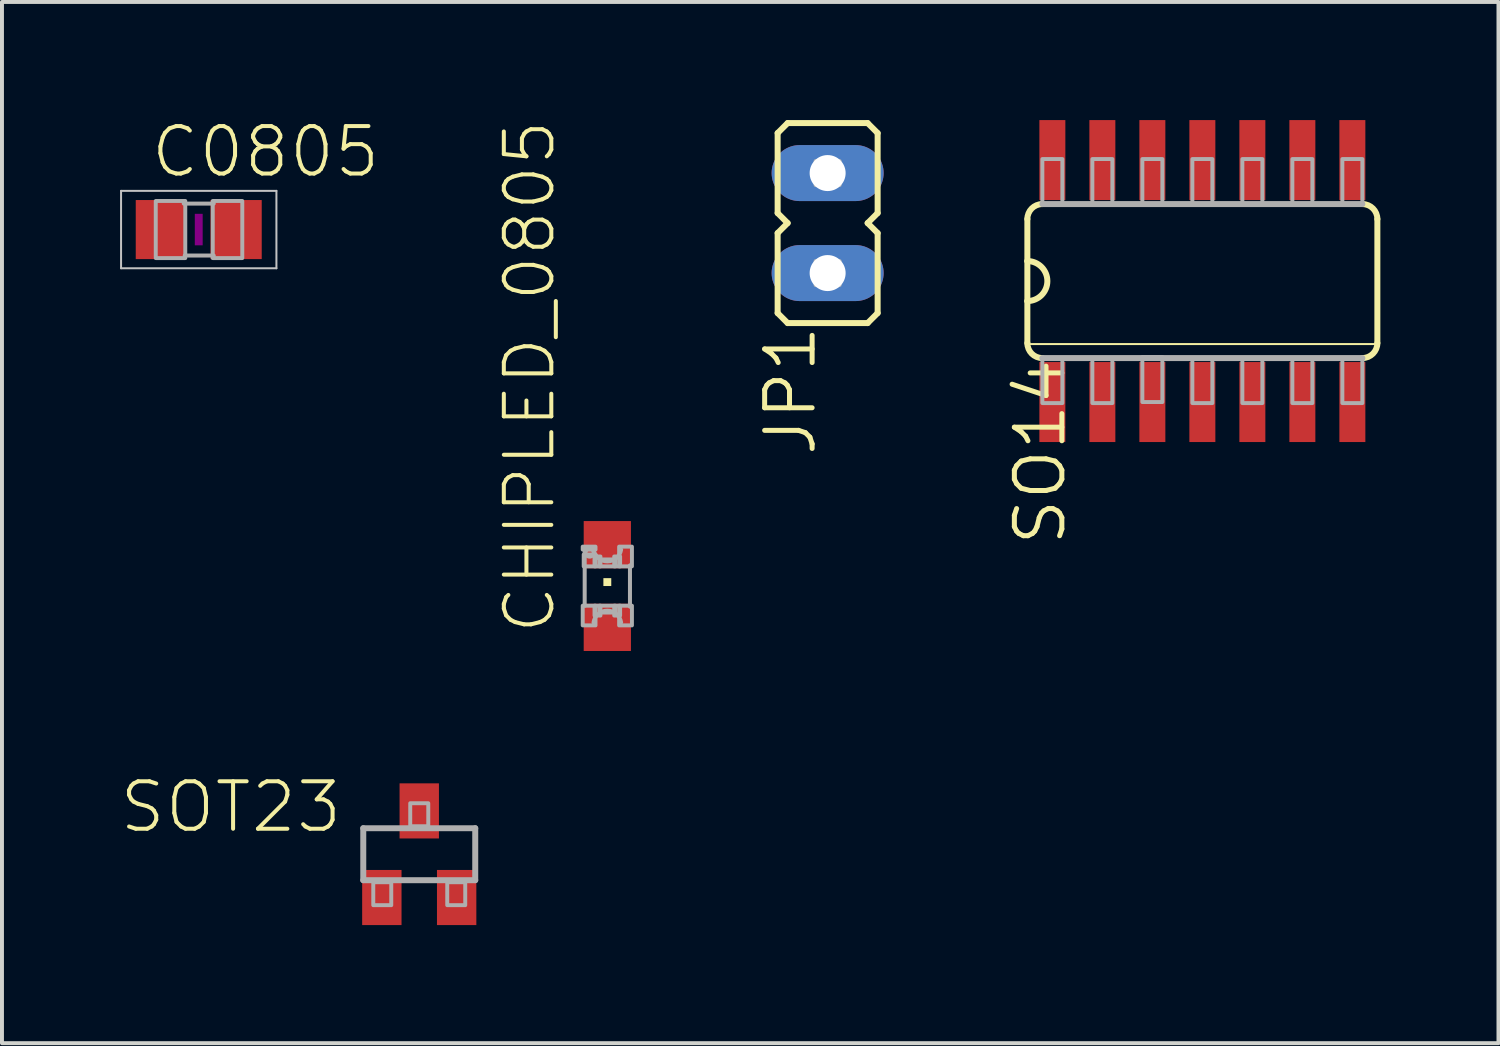
<source format=kicad_pcb>
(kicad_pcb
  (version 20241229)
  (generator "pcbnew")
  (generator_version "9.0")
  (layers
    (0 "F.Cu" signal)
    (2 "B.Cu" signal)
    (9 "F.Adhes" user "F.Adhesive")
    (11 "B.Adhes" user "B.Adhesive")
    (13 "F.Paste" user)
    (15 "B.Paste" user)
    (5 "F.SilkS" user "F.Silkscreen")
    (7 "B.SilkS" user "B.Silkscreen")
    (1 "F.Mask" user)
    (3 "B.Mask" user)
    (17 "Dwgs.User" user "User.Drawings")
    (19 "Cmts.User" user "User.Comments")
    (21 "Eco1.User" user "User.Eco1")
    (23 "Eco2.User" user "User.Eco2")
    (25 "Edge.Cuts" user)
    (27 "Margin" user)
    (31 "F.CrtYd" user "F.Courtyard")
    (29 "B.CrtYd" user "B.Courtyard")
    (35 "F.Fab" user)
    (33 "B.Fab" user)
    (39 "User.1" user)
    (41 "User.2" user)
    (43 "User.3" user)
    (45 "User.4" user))
  (footprint "SOT23"
    (layer "F.Cu")
    (at 7.599 18.647)
    (property "Reference" "SOT23" (at -1.905 -1.905 0) (layer "F.SilkS") (effects (font (size 1.206 1.206) (thickness 0.102)) (justify right top)))
    (attr through_hole)
    (fp_line (start -1.422 -0.66) (end 1.422 -0.66) (stroke (width 0.152) (type solid)) (layer "F.Fab"))
    (fp_line (start -1.422 0.66) (end -1.422 -0.66) (stroke (width 0.152) (type solid)) (layer "F.Fab"))
    (fp_line (start 1.422 -0.66) (end 1.422 0.66) (stroke (width 0.152) (type solid)) (layer "F.Fab"))
    (fp_line (start 1.422 0.66) (end -1.422 0.66) (stroke (width 0.152) (type solid)) (layer "F.Fab"))
    (fp_poly (pts (xy -1.168 1.295) (xy -0.711 1.295) (xy -0.711 0.711) (xy -1.168 0.711)) (stroke (width 0.1) (type solid)) (fill no) (layer "F.Fab"))
    (fp_poly (pts (xy -0.229 -0.711) (xy 0.229 -0.711) (xy 0.229 -1.295) (xy -0.229 -1.295)) (stroke (width 0.1) (type solid)) (fill no) (layer "F.Fab"))
    (fp_poly (pts (xy 0.711 1.295) (xy 1.168 1.295) (xy 1.168 0.711) (xy 0.711 0.711)) (stroke (width 0.1) (type solid)) (fill no) (layer "F.Fab"))
    (pad "1" smd rect (at -0.95 1.1) (size 1 1.4) (layers "F.Cu" "F.Mask" "F.Paste"))
    (pad "2" smd rect (at 0.95 1.1) (size 1 1.4) (layers "F.Cu" "F.Mask" "F.Paste"))
    (pad "3" smd rect (at 0 -1.1) (size 1 1.4) (layers "F.Cu" "F.Mask" "F.Paste")))
  (footprint "CHIPLED_0805"
    (layer "F.Cu")
    (at 12.376 11.835)
    (property "Reference" "CHIPLED_0805" (at -1.27 1.27 90) (layer "F.SilkS") (effects (font (size 1.206 1.206) (thickness 0.102)) (justify left bottom)))
    (attr through_hole)
    (fp_poly (pts (xy -0.1 0) (xy 0.1 0) (xy 0.1 -0.2) (xy -0.1 -0.2)) (stroke (width 0) (type solid)) (fill yes) (layer "F.SilkS"))
    (fp_line (start -0.575 0.5) (end -0.575 -0.925) (stroke (width 0.102) (type solid)) (layer "F.Fab"))
    (fp_line (start 0.575 -0.525) (end 0.575 0.525) (stroke (width 0.102) (type solid)) (layer "F.Fab"))
    (fp_arc (start -0.35 0.925) (mid -0.000001 0.625027) (end 0.35 0.924998) (stroke (width 0.1016) (type solid)) (layer "F.Fab"))
    (fp_arc (start 0.35 -0.924998) (mid -0.000001 -0.625027) (end -0.35 -0.925) (stroke (width 0.1016) (type solid)) (layer "F.Fab"))
    (fp_circle (center -0.45 -0.85) (end -0.347 -0.85) (stroke (width 0.102) (type solid)) (fill no) (layer "F.Fab"))
    (fp_poly (pts (xy -0.625 -0.925) (xy -0.3 -0.925) (xy -0.3 -1) (xy -0.625 -1)) (stroke (width 0.1) (type solid)) (fill no) (layer "F.Fab"))
    (fp_poly (pts (xy -0.625 1) (xy -0.3 1) (xy -0.3 0.5) (xy -0.625 0.5)) (stroke (width 0.1) (type solid)) (fill no) (layer "F.Fab"))
    (fp_poly (pts (xy -0.6 -0.5) (xy -0.3 -0.5) (xy -0.3 -0.8) (xy -0.6 -0.8)) (stroke (width 0.1) (type solid)) (fill no) (layer "F.Fab"))
    (fp_poly (pts (xy -0.325 -0.5) (xy -0.175 -0.5) (xy -0.175 -0.75) (xy -0.325 -0.75)) (stroke (width 0.1) (type solid)) (fill no) (layer "F.Fab"))
    (fp_poly (pts (xy -0.325 0.75) (xy -0.175 0.75) (xy -0.175 0.5) (xy -0.325 0.5)) (stroke (width 0.1) (type solid)) (fill no) (layer "F.Fab"))
    (fp_poly (pts (xy -0.2 -0.5) (xy 0.2 -0.5) (xy 0.2 -0.675) (xy -0.2 -0.675)) (stroke (width 0.1) (type solid)) (fill no) (layer "F.Fab"))
    (fp_poly (pts (xy -0.2 0.675) (xy 0.2 0.675) (xy 0.2 0.5) (xy -0.2 0.5)) (stroke (width 0.1) (type solid)) (fill no) (layer "F.Fab"))
    (fp_poly (pts (xy 0.175 -0.5) (xy 0.325 -0.5) (xy 0.325 -0.75) (xy 0.175 -0.75)) (stroke (width 0.1) (type solid)) (fill no) (layer "F.Fab"))
    (fp_poly (pts (xy 0.175 0.75) (xy 0.325 0.75) (xy 0.325 0.5) (xy 0.175 0.5)) (stroke (width 0.1) (type solid)) (fill no) (layer "F.Fab"))
    (fp_poly (pts (xy 0.3 -0.5) (xy 0.625 -0.5) (xy 0.625 -1) (xy 0.3 -1)) (stroke (width 0.1) (type solid)) (fill no) (layer "F.Fab"))
    (fp_poly (pts (xy 0.3 1) (xy 0.625 1) (xy 0.625 0.5) (xy 0.3 0.5)) (stroke (width 0.1) (type solid)) (fill no) (layer "F.Fab"))
    (pad "A" smd rect (at 0 1.05) (size 1.2 1.2) (layers "F.Cu" "F.Mask" "F.Paste"))
    (pad "C" smd rect (at 0 -1.05) (size 1.2 1.2) (layers "F.Cu" "F.Mask" "F.Paste")))
  (footprint "C0805"
    (layer "F.Cu")
    (at 1.998 2.781)
    (property "Reference" "C0805" (at -1.27 -1.27 0) (layer "F.SilkS") (effects (font (size 1.206 1.206) (thickness 0.102)) (justify left bottom)))
    (attr through_hole)
    (fp_poly (pts (xy -0.1 0.4) (xy 0.1 0.4) (xy 0.1 -0.4) (xy -0.1 -0.4)) (stroke (width 0) (type solid)) (fill yes) (layer "F.Adhes"))
    (fp_line (start -1.973 -0.983) (end 1.973 -0.983) (stroke (width 0.051) (type solid)) (layer "Dwgs.User"))
    (fp_line (start -1.973 0.983) (end -1.973 -0.983) (stroke (width 0.051) (type solid)) (layer "Dwgs.User"))
    (fp_line (start 1.973 -0.983) (end 1.973 0.983) (stroke (width 0.051) (type solid)) (layer "Dwgs.User"))
    (fp_line (start 1.973 0.983) (end -1.973 0.983) (stroke (width 0.051) (type solid)) (layer "Dwgs.User"))
    (fp_line (start -0.381 -0.66) (end 0.381 -0.66) (stroke (width 0.102) (type solid)) (layer "F.Fab"))
    (fp_line (start -0.356 0.66) (end 0.381 0.66) (stroke (width 0.102) (type solid)) (layer "F.Fab"))
    (fp_poly (pts (xy -1.092 0.724) (xy -0.342 0.724) (xy -0.342 -0.726) (xy -1.092 -0.726)) (stroke (width 0.1) (type solid)) (fill no) (layer "F.Fab"))
    (fp_poly (pts (xy 0.356 0.724) (xy 1.106 0.724) (xy 1.106 -0.726) (xy 0.356 -0.726)) (stroke (width 0.1) (type solid)) (fill no) (layer "F.Fab"))
    (pad "1" smd rect (at -0.95 0) (size 1.3 1.5) (layers "F.Cu" "F.Mask" "F.Paste"))
    (pad "2" smd rect (at 0.95 0) (size 1.3 1.5) (layers "F.Cu" "F.Mask" "F.Paste")))
  (footprint "SO14"
    (layer "F.Cu")
    (at 27.49 4.089)
    (property "Reference" "SO14" (at -4.826 1.905 90) (layer "F.SilkS") (effects (font (size 1.206 1.206) (thickness 0.127)) (justify right top)))
    (attr through_hole)
    (fp_line (start -4.445 -1.575) (end -4.445 -0.508) (stroke (width 0.152) (type solid)) (layer "F.SilkS"))
    (fp_line (start -4.445 -0.508) (end -4.445 0.508) (stroke (width 0.152) (type solid)) (layer "F.SilkS"))
    (fp_line (start -4.445 0.508) (end -4.445 1.575) (stroke (width 0.152) (type solid)) (layer "F.SilkS"))
    (fp_line (start -4.445 1.6) (end 4.445 1.6) (stroke (width 0.051) (type solid)) (layer "F.SilkS"))
    (fp_line (start 4.445 1.575) (end 4.445 -1.575) (stroke (width 0.152) (type solid)) (layer "F.SilkS"))
    (fp_arc (start -4.445 -1.5748) (mid -4.333408 -1.844208) (end -4.064 -1.9558) (stroke (width 0.1524) (type solid)) (layer "F.SilkS"))
    (fp_arc (start -4.445 -0.508) (mid -3.937 0) (end -4.445 0.508) (stroke (width 0.1524) (type solid)) (layer "F.SilkS"))
    (fp_arc (start -4.064 1.9558) (mid -4.333408 1.844208) (end -4.445 1.5748) (stroke (width 0.1524) (type solid)) (layer "F.SilkS"))
    (fp_arc (start 4.064 -1.9558) (mid 4.333408 -1.844208) (end 4.445 -1.5748) (stroke (width 0.1524) (type solid)) (layer "F.SilkS"))
    (fp_arc (start 4.445 1.5748) (mid 4.333408 1.844208) (end 4.064 1.9558) (stroke (width 0.1524) (type solid)) (layer "F.SilkS"))
    (fp_line (start -4.064 1.956) (end 4.064 1.956) (stroke (width 0.152) (type solid)) (layer "F.Fab"))
    (fp_line (start 4.064 -1.956) (end -4.064 -1.956) (stroke (width 0.152) (type solid)) (layer "F.Fab"))
    (fp_poly (pts (xy -4.064 -1.956) (xy -3.556 -1.956) (xy -3.556 -3.099) (xy -4.064 -3.099)) (stroke (width 0.1) (type solid)) (fill no) (layer "F.Fab"))
    (fp_poly (pts (xy -4.064 3.099) (xy -3.556 3.099) (xy -3.556 1.956) (xy -4.064 1.956)) (stroke (width 0.1) (type solid)) (fill no) (layer "F.Fab"))
    (fp_poly (pts (xy -2.794 -1.956) (xy -2.286 -1.956) (xy -2.286 -3.099) (xy -2.794 -3.099)) (stroke (width 0.1) (type solid)) (fill no) (layer "F.Fab"))
    (fp_poly (pts (xy -2.794 3.099) (xy -2.286 3.099) (xy -2.286 1.956) (xy -2.794 1.956)) (stroke (width 0.1) (type solid)) (fill no) (layer "F.Fab"))
    (fp_poly (pts (xy -1.524 -1.956) (xy -1.016 -1.956) (xy -1.016 -3.099) (xy -1.524 -3.099)) (stroke (width 0.1) (type solid)) (fill no) (layer "F.Fab"))
    (fp_poly (pts (xy -1.524 3.073) (xy -1.016 3.073) (xy -1.016 1.93) (xy -1.524 1.93)) (stroke (width 0.1) (type solid)) (fill no) (layer "F.Fab"))
    (fp_poly (pts (xy -0.254 -1.956) (xy 0.254 -1.956) (xy 0.254 -3.099) (xy -0.254 -3.099)) (stroke (width 0.1) (type solid)) (fill no) (layer "F.Fab"))
    (fp_poly (pts (xy -0.254 3.099) (xy 0.254 3.099) (xy 0.254 1.956) (xy -0.254 1.956)) (stroke (width 0.1) (type solid)) (fill no) (layer "F.Fab"))
    (fp_poly (pts (xy 1.016 -1.956) (xy 1.524 -1.956) (xy 1.524 -3.099) (xy 1.016 -3.099)) (stroke (width 0.1) (type solid)) (fill no) (layer "F.Fab"))
    (fp_poly (pts (xy 1.016 3.099) (xy 1.524 3.099) (xy 1.524 1.956) (xy 1.016 1.956)) (stroke (width 0.1) (type solid)) (fill no) (layer "F.Fab"))
    (fp_poly (pts (xy 2.286 -1.956) (xy 2.794 -1.956) (xy 2.794 -3.099) (xy 2.286 -3.099)) (stroke (width 0.1) (type solid)) (fill no) (layer "F.Fab"))
    (fp_poly (pts (xy 2.286 3.099) (xy 2.794 3.099) (xy 2.794 1.956) (xy 2.286 1.956)) (stroke (width 0.1) (type solid)) (fill no) (layer "F.Fab"))
    (fp_poly (pts (xy 3.556 -1.956) (xy 4.064 -1.956) (xy 4.064 -3.099) (xy 3.556 -3.099)) (stroke (width 0.1) (type solid)) (fill no) (layer "F.Fab"))
    (fp_poly (pts (xy 3.556 3.099) (xy 4.064 3.099) (xy 4.064 1.956) (xy 3.556 1.956)) (stroke (width 0.1) (type solid)) (fill no) (layer "F.Fab"))
    (pad "1" smd rect (at -3.81 3.073) (size 0.66 2.032) (layers "F.Cu" "F.Mask" "F.Paste"))
    (pad "2" smd rect (at -2.54 3.073) (size 0.66 2.032) (layers "F.Cu" "F.Mask" "F.Paste"))
    (pad "3" smd rect (at -1.27 3.073) (size 0.66 2.032) (layers "F.Cu" "F.Mask" "F.Paste"))
    (pad "4" smd rect (at 0 3.073) (size 0.66 2.032) (layers "F.Cu" "F.Mask" "F.Paste"))
    (pad "5" smd rect (at 1.27 3.073) (size 0.66 2.032) (layers "F.Cu" "F.Mask" "F.Paste"))
    (pad "6" smd rect (at 2.54 3.073) (size 0.66 2.032) (layers "F.Cu" "F.Mask" "F.Paste"))
    (pad "7" smd rect (at 3.81 3.073) (size 0.66 2.032) (layers "F.Cu" "F.Mask" "F.Paste"))
    (pad "8" smd rect (at 3.81 -3.073) (size 0.66 2.032) (layers "F.Cu" "F.Mask" "F.Paste"))
    (pad "9" smd rect (at 2.54 -3.073) (size 0.66 2.032) (layers "F.Cu" "F.Mask" "F.Paste"))
    (pad "10" smd rect (at 1.27 -3.073) (size 0.66 2.032) (layers "F.Cu" "F.Mask" "F.Paste"))
    (pad "11" smd rect (at 0 -3.073) (size 0.66 2.032) (layers "F.Cu" "F.Mask" "F.Paste"))
    (pad "12" smd rect (at -1.27 -3.073) (size 0.66 2.032) (layers "F.Cu" "F.Mask" "F.Paste"))
    (pad "13" smd rect (at -2.54 -3.073) (size 0.66 2.032) (layers "F.Cu" "F.Mask" "F.Paste"))
    (pad "14" smd rect (at -3.81 -3.073) (size 0.66 2.032) (layers "F.Cu" "F.Mask" "F.Paste")))
  (footprint "JP1"
    (layer "F.Cu")
    (at 17.972 2.616)
    (property "Reference" "JP1" (at -1.651 2.54 90) (layer "F.SilkS") (effects (font (size 1.206 1.206) (thickness 0.127)) (justify right top)))
    (attr through_hole)
    (fp_line (start -1.27 -2.286) (end -1.27 -0.254) (stroke (width 0.152) (type solid)) (layer "F.SilkS"))
    (fp_line (start -1.27 -2.286) (end -1.016 -2.54) (stroke (width 0.152) (type solid)) (layer "F.SilkS"))
    (fp_line (start -1.27 0.254) (end -1.27 2.286) (stroke (width 0.152) (type solid)) (layer "F.SilkS"))
    (fp_line (start -1.016 0) (end -1.27 -0.254) (stroke (width 0.152) (type solid)) (layer "F.SilkS"))
    (fp_line (start -1.016 0) (end -1.27 0.254) (stroke (width 0.152) (type solid)) (layer "F.SilkS"))
    (fp_line (start -1.016 2.54) (end -1.27 2.286) (stroke (width 0.152) (type solid)) (layer "F.SilkS"))
    (fp_line (start -1.016 2.54) (end 1.016 2.54) (stroke (width 0.152) (type solid)) (layer "F.SilkS"))
    (fp_line (start 1.016 -2.54) (end -1.016 -2.54) (stroke (width 0.152) (type solid)) (layer "F.SilkS"))
    (fp_line (start 1.016 0) (end 1.27 -0.254) (stroke (width 0.152) (type solid)) (layer "F.SilkS"))
    (fp_line (start 1.016 0) (end 1.27 0.254) (stroke (width 0.152) (type solid)) (layer "F.SilkS"))
    (fp_line (start 1.016 2.54) (end 1.27 2.286) (stroke (width 0.152) (type solid)) (layer "F.SilkS"))
    (fp_line (start 1.27 -2.286) (end 1.016 -2.54) (stroke (width 0.152) (type solid)) (layer "F.SilkS"))
    (fp_line (start 1.27 -2.286) (end 1.27 -0.254) (stroke (width 0.152) (type solid)) (layer "F.SilkS"))
    (fp_line (start 1.27 0.254) (end 1.27 2.286) (stroke (width 0.152) (type solid)) (layer "F.SilkS"))
    (fp_poly (pts (xy -0.305 -0.965) (xy 0.305 -0.965) (xy 0.305 -1.575) (xy -0.305 -1.575)) (stroke (width 0.1) (type solid)) (fill no) (layer "F.Fab"))
    (fp_poly (pts (xy -0.305 1.575) (xy 0.305 1.575) (xy 0.305 0.965) (xy -0.305 0.965)) (stroke (width 0.1) (type solid)) (fill no) (layer "F.Fab"))
    (pad "1" thru_hole oval (at 0 1.27) (size 2.845 1.422) (drill 0.914) (layers "*.Cu" "*.Mask"))
    (pad "2" thru_hole oval (at 0 -1.27) (size 2.845 1.422) (drill 0.914) (layers "*.Cu" "*.Mask")))
  (gr_rect
    (start -3 -3)
    (end 35.011 23.447)
    (stroke (width 0.1) (type default))
    (fill no)
    (layer "Edge.Cuts")))
</source>
